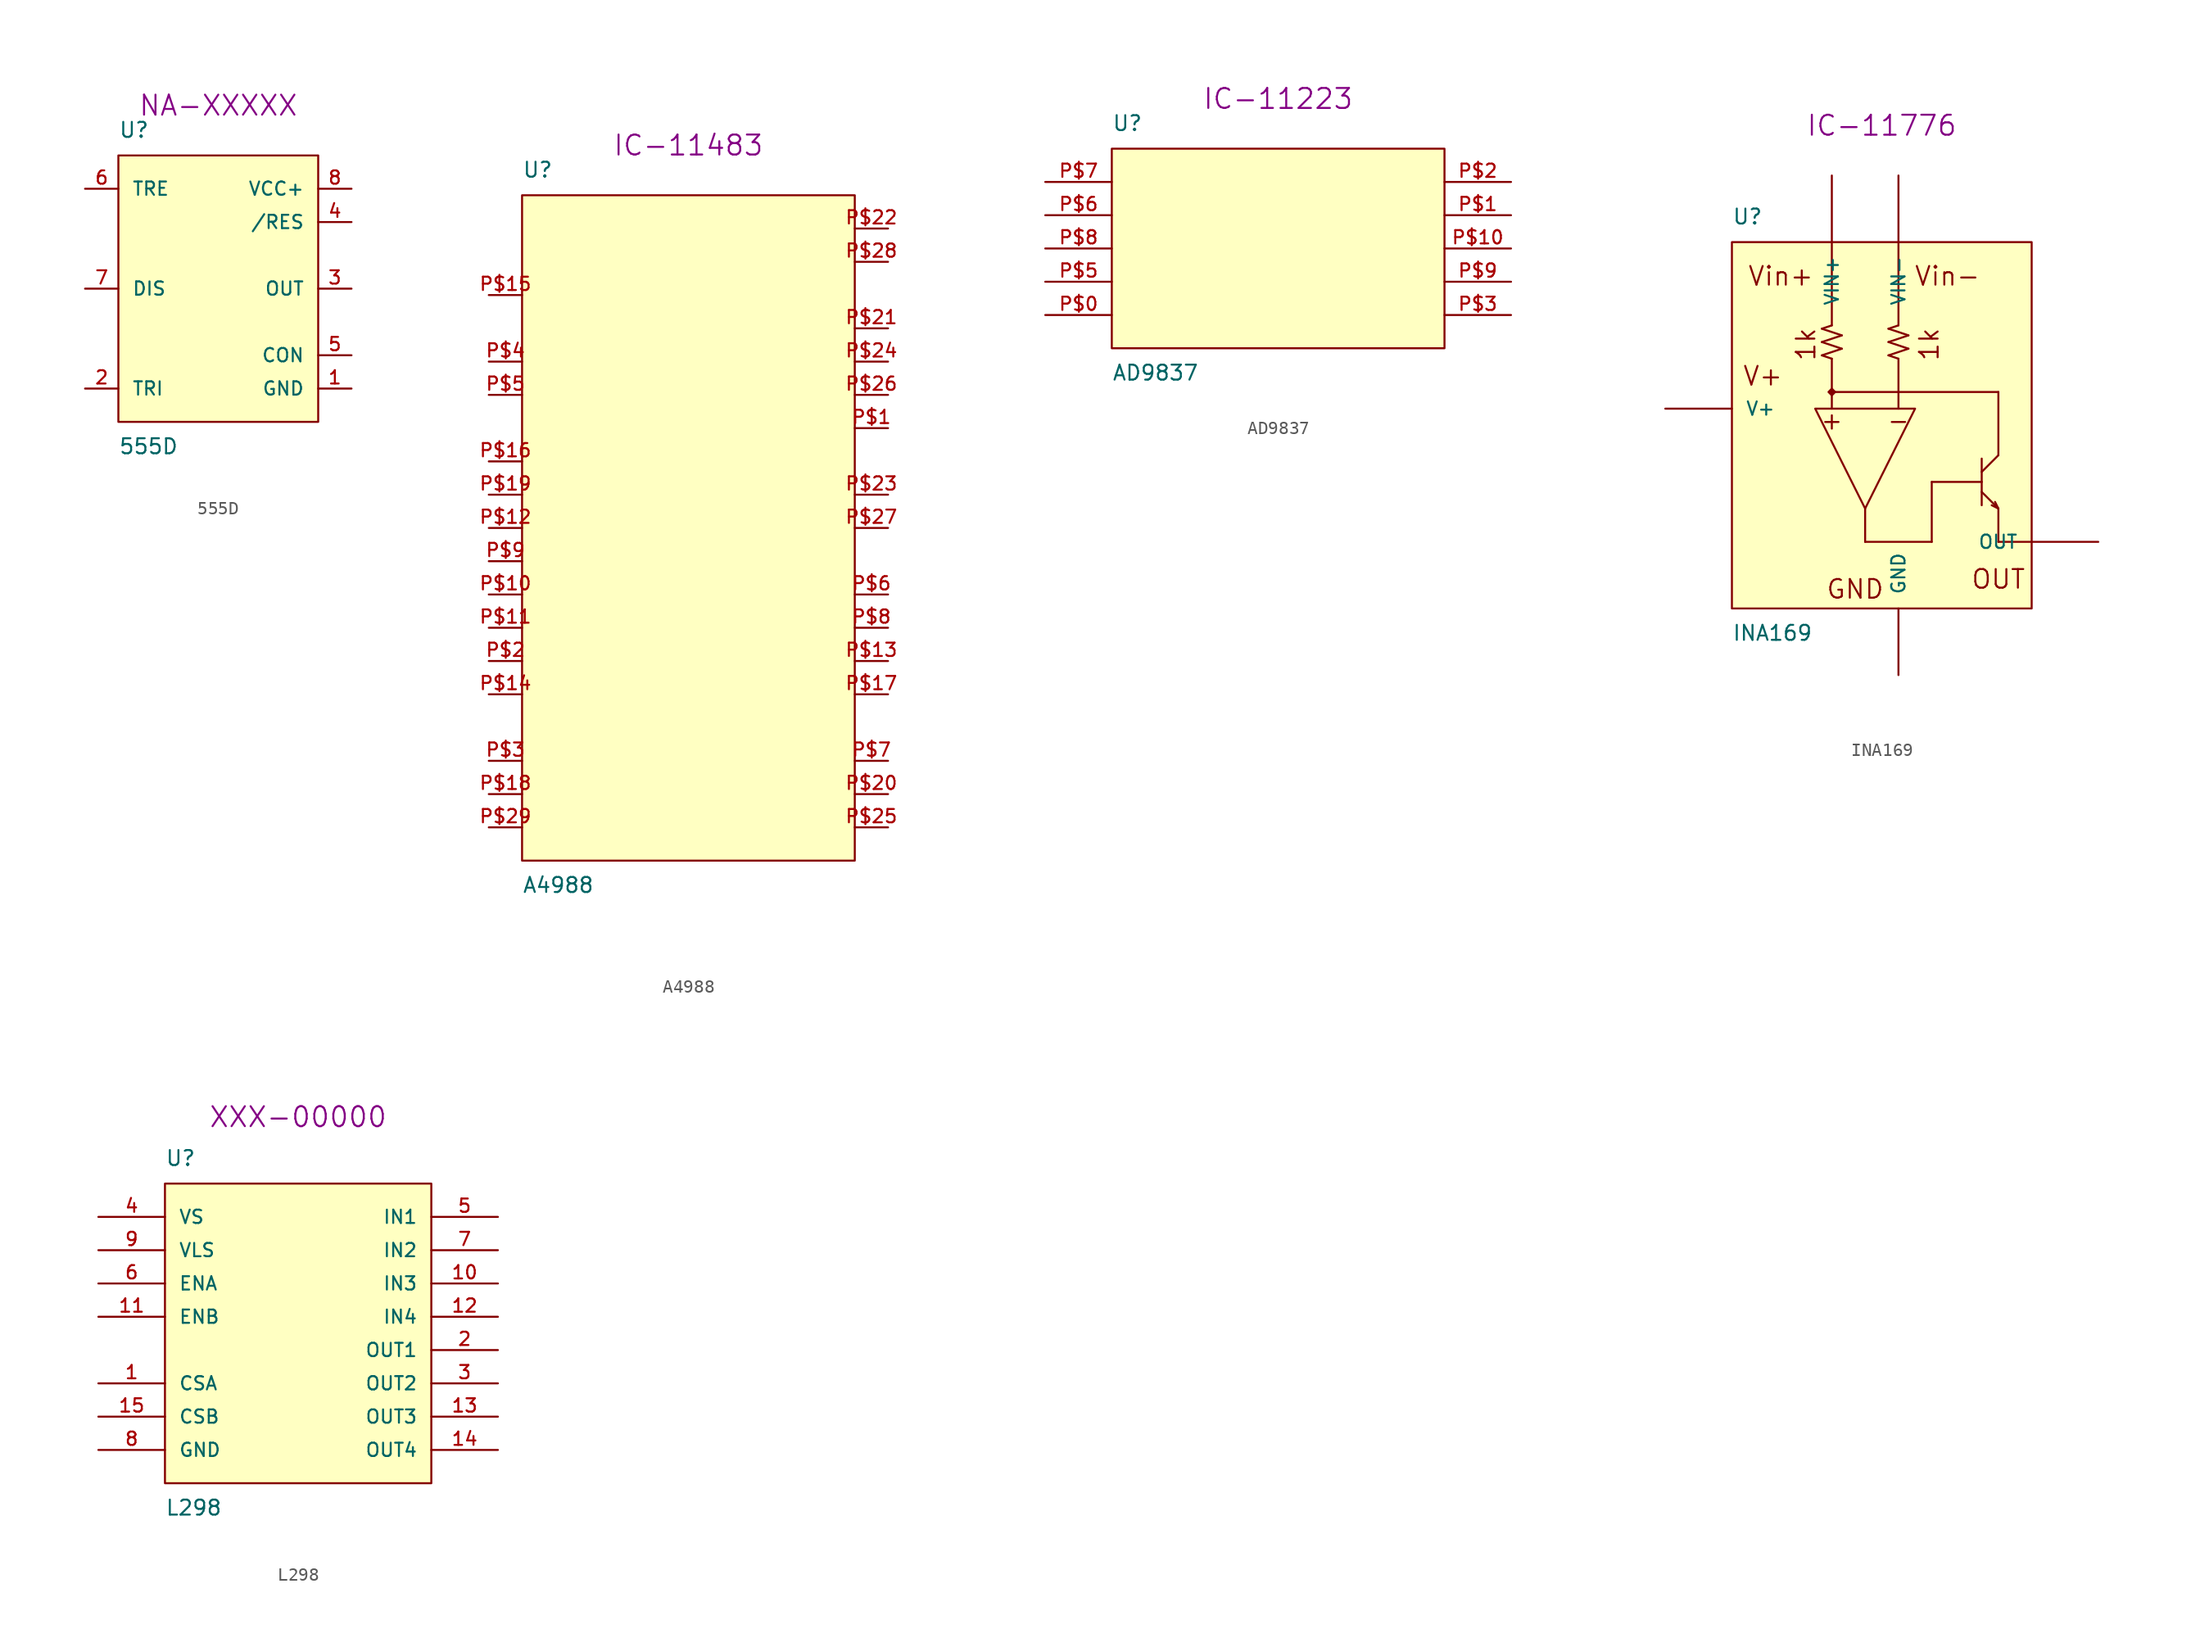
<source format=kicad_sym>
(kicad_symbol_lib
  (version 20220914)
  (generator kicad_symbol_editor)
  (symbol "555D"
    (pin_names
      (offset 1.016))
    (property "Reference" "U"
      (at -7.62 11.43 0)
      (effects (font (size 1.143 1.143)) (justify left bottom)))
    (property "Value" "555D"
      (at -7.62 -12.7 0)
      (effects (font (size 1.143 1.143)) (justify left bottom)))
    (property "Field4" "NA-XXXXX"
      (at 0 13.97 0)
      (effects (font (size 1.524 1.524))))
    (property "ki_locked" ""
      (at 0 0 0)
      (effects (font (size 1.27 1.27))))
    (symbol "555D_1_1"
      (polyline (pts (xy -7.62 10.16) (xy -7.62 -10.16) (xy 7.62 -10.16) (xy 7.62 10.16) (xy -7.62 10.16)) (stroke (width 0) (type solid)) (fill (type background)))
      (pin power_in line (at 10.16 -7.62 180) (length 2.54) (name "GND" (effects (font (size 1.016 1.016)))) (number "1" (effects (font (size 1.016 1.016)))))
      (pin input line (at -10.16 -7.62 0) (length 2.54) (name "TRI" (effects (font (size 1.016 1.016)))) (number "2" (effects (font (size 1.016 1.016)))))
      (pin output line (at 10.16 0 180) (length 2.54) (name "OUT" (effects (font (size 1.016 1.016)))) (number "3" (effects (font (size 1.016 1.016)))))
      (pin input line (at 10.16 5.08 180) (length 2.54) (name "/RES" (effects (font (size 1.016 1.016)))) (number "4" (effects (font (size 1.016 1.016)))))
      (pin input line (at 10.16 -5.08 180) (length 2.54) (name "CON" (effects (font (size 1.016 1.016)))) (number "5" (effects (font (size 1.016 1.016)))))
      (pin input line (at -10.16 7.62 0) (length 2.54) (name "TRE" (effects (font (size 1.016 1.016)))) (number "6" (effects (font (size 1.016 1.016)))))
      (pin input line (at -10.16 0 0) (length 2.54) (name "DIS" (effects (font (size 1.016 1.016)))) (number "7" (effects (font (size 1.016 1.016)))))
      (pin power_in line (at 10.16 7.62 180) (length 2.54) (name "VCC+" (effects (font (size 1.016 1.016)))) (number "8" (effects (font (size 1.016 1.016)))))))
  (symbol "A4988"
    (pin_names
      (offset 1.016) hide)
    (property "Reference" "U"
      (at -12.7 26.67 0)
      (effects (font (size 1.143 1.143)) (justify left bottom)))
    (property "Value" "A4988"
      (at -12.7 -27.94 0)
      (effects (font (size 1.143 1.143)) (justify left bottom)))
    (property "Field4" "IC-11483"
      (at 0 29.21 0)
      (effects (font (size 1.524 1.524))))
    (property "ki_locked" ""
      (at 0 0 0)
      (effects (font (size 1.27 1.27))))
    (symbol "A4988_1_1"
      (polyline (pts (xy -12.7 25.4) (xy -12.7 -25.4) (xy 12.7 -25.4) (xy 12.7 25.4) (xy -12.7 25.4)) (stroke (width 0) (type solid)) (fill (type background)))
      (pin bidirectional line (at 15.24 7.62 180) (length 2.54) (name "OUT2B" (effects (font (size 1.016 1.016)))) (number "P$1" (effects (font (size 1.016 1.016)))))
      (pin input line (at -15.24 -5.08 0) (length 2.54) (name "MS2" (effects (font (size 1.016 1.016)))) (number "P$10" (effects (font (size 1.016 1.016)))))
      (pin input line (at -15.24 -7.62 0) (length 2.54) (name "MS3" (effects (font (size 1.016 1.016)))) (number "P$11" (effects (font (size 1.016 1.016)))))
      (pin input line (at -15.24 0 0) (length 2.54) (name "RESET" (effects (font (size 1.016 1.016)))) (number "P$12" (effects (font (size 1.016 1.016)))))
      (pin bidirectional line (at 15.24 -10.16 180) (length 2.54) (name "ROSC" (effects (font (size 1.016 1.016)))) (number "P$13" (effects (font (size 1.016 1.016)))))
      (pin input line (at -15.24 -12.7 0) (length 2.54) (name "SLEEP" (effects (font (size 1.016 1.016)))) (number "P$14" (effects (font (size 1.016 1.016)))))
      (pin power_in line (at -15.24 17.78 0) (length 2.54) (name "VDD" (effects (font (size 1.016 1.016)))) (number "P$15" (effects (font (size 1.016 1.016)))))
      (pin input line (at -15.24 5.08 0) (length 2.54) (name "STEP" (effects (font (size 1.016 1.016)))) (number "P$16" (effects (font (size 1.016 1.016)))))
      (pin bidirectional line (at 15.24 -12.7 180) (length 2.54) (name "REF" (effects (font (size 1.016 1.016)))) (number "P$17" (effects (font (size 1.016 1.016)))))
      (pin power_in line (at -15.24 -20.32 0) (length 2.54) (name "GND" (effects (font (size 1.016 1.016)))) (number "P$18" (effects (font (size 1.016 1.016)))))
      (pin input line (at -15.24 2.54 0) (length 2.54) (name "DIR" (effects (font (size 1.016 1.016)))) (number "P$19" (effects (font (size 1.016 1.016)))))
      (pin input line (at -15.24 -10.16 0) (length 2.54) (name "ENABLE" (effects (font (size 1.016 1.016)))) (number "P$2" (effects (font (size 1.016 1.016)))))
      (pin unspecified line (at 15.24 -20.32 180) (length 2.54) (name "NC" (effects (font (size 1.016 1.016)))) (number "P$20" (effects (font (size 1.016 1.016)))))
      (pin bidirectional line (at 15.24 15.24 180) (length 2.54) (name "OUT1B" (effects (font (size 1.016 1.016)))) (number "P$21" (effects (font (size 1.016 1.016)))))
      (pin bidirectional line (at 15.24 22.86 180) (length 2.54) (name "VBB1" (effects (font (size 1.016 1.016)))) (number "P$22" (effects (font (size 1.016 1.016)))))
      (pin bidirectional line (at 15.24 2.54 180) (length 2.54) (name "SENSE1" (effects (font (size 1.016 1.016)))) (number "P$23" (effects (font (size 1.016 1.016)))))
      (pin bidirectional line (at 15.24 12.7 180) (length 2.54) (name "OUT1A" (effects (font (size 1.016 1.016)))) (number "P$24" (effects (font (size 1.016 1.016)))))
      (pin unspecified line (at 15.24 -22.86 180) (length 2.54) (name "NC" (effects (font (size 1.016 1.016)))) (number "P$25" (effects (font (size 1.016 1.016)))))
      (pin bidirectional line (at 15.24 10.16 180) (length 2.54) (name "OUT2A" (effects (font (size 1.016 1.016)))) (number "P$26" (effects (font (size 1.016 1.016)))))
      (pin bidirectional line (at 15.24 0 180) (length 2.54) (name "SENSE2" (effects (font (size 1.016 1.016)))) (number "P$27" (effects (font (size 1.016 1.016)))))
      (pin bidirectional line (at 15.24 20.32 180) (length 2.54) (name "VBB2" (effects (font (size 1.016 1.016)))) (number "P$28" (effects (font (size 1.016 1.016)))))
      (pin power_in line (at -15.24 -22.86 0) (length 2.54) (name "GND_PAD" (effects (font (size 1.016 1.016)))) (number "P$29" (effects (font (size 1.016 1.016)))))
      (pin power_in line (at -15.24 -17.78 0) (length 2.54) (name "GND" (effects (font (size 1.016 1.016)))) (number "P$3" (effects (font (size 1.016 1.016)))))
      (pin bidirectional line (at -15.24 12.7 0) (length 2.54) (name "CP1" (effects (font (size 1.016 1.016)))) (number "P$4" (effects (font (size 1.016 1.016)))))
      (pin bidirectional line (at -15.24 10.16 0) (length 2.54) (name "CP2" (effects (font (size 1.016 1.016)))) (number "P$5" (effects (font (size 1.016 1.016)))))
      (pin bidirectional line (at 15.24 -5.08 180) (length 2.54) (name "VCP" (effects (font (size 1.016 1.016)))) (number "P$6" (effects (font (size 1.016 1.016)))))
      (pin unspecified line (at 15.24 -17.78 180) (length 2.54) (name "NC" (effects (font (size 1.016 1.016)))) (number "P$7" (effects (font (size 1.016 1.016)))))
      (pin bidirectional line (at 15.24 -7.62 180) (length 2.54) (name "VREG" (effects (font (size 1.016 1.016)))) (number "P$8" (effects (font (size 1.016 1.016)))))
      (pin input line (at -15.24 -2.54 0) (length 2.54) (name "MS1" (effects (font (size 1.016 1.016)))) (number "P$9" (effects (font (size 1.016 1.016)))))))
  (symbol "AD9837"
    (pin_names
      (offset 1.016) hide)
    (property "Reference" "U"
      (at -12.7 8.89 0)
      (effects (font (size 1.143 1.143)) (justify left bottom)))
    (property "Value" "AD9837"
      (at -12.7 -10.16 0)
      (effects (font (size 1.143 1.143)) (justify left bottom)))
    (property "Field4" "IC-11223"
      (at 0 11.43 0)
      (effects (font (size 1.524 1.524))))
    (property "ki_locked" ""
      (at 0 0 0)
      (effects (font (size 1.27 1.27))))
    (symbol "AD9837_1_1"
      (polyline (pts (xy -12.7 -7.62) (xy 12.7 -7.62) (xy 12.7 7.62) (xy -12.7 7.62) (xy -12.7 -7.62)) (stroke (width 0) (type solid)) (fill (type background)))
      (pin bidirectional line (at -17.78 -5.08 0) (length 5.08) (name "DGND" (effects (font (size 1.016 1.016)))) (number "P$0" (effects (font (size 1.016 1.016)))))
      (pin bidirectional line (at 17.78 2.54 180) (length 5.08) (name "COMP" (effects (font (size 1.016 1.016)))) (number "P$1" (effects (font (size 1.016 1.016)))))
      (pin bidirectional line (at 17.78 0 180) (length 5.08) (name "VOUT" (effects (font (size 1.016 1.016)))) (number "P$10" (effects (font (size 1.016 1.016)))))
      (pin bidirectional line (at 17.78 5.08 180) (length 5.08) (name "VDD" (effects (font (size 1.016 1.016)))) (number "P$2" (effects (font (size 1.016 1.016)))))
      (pin bidirectional line (at 17.78 -5.08 180) (length 5.08) (name "CAP/2.5V" (effects (font (size 1.016 1.016)))) (number "P$3" (effects (font (size 1.016 1.016)))))
      (pin bidirectional line (at -17.78 -5.08 0) (length 5.08) hide (name "DGND" (effects (font (size 1.016 1.016)))) (number "P$4" (effects (font (size 1.016 1.016)))))
      (pin bidirectional line (at -17.78 -2.54 0) (length 5.08) (name "MCLK" (effects (font (size 1.016 1.016)))) (number "P$5" (effects (font (size 1.016 1.016)))))
      (pin bidirectional line (at -17.78 2.54 0) (length 5.08) (name "SDATA" (effects (font (size 1.016 1.016)))) (number "P$6" (effects (font (size 1.016 1.016)))))
      (pin bidirectional line (at -17.78 5.08 0) (length 5.08) (name "SCLK" (effects (font (size 1.016 1.016)))) (number "P$7" (effects (font (size 1.016 1.016)))))
      (pin bidirectional line (at -17.78 0 0) (length 5.08) (name "FSYNC" (effects (font (size 1.016 1.016)))) (number "P$8" (effects (font (size 1.016 1.016)))))
      (pin bidirectional line (at 17.78 -2.54 180) (length 5.08) (name "AGND" (effects (font (size 1.016 1.016)))) (number "P$9" (effects (font (size 1.016 1.016)))))))
  (symbol "INA169"
    (pin_numbers hide)
    (pin_names
      (offset 1.016))
    (property "Reference" "U"
      (at -11.43 16.51 0)
      (effects (font (size 1.143 1.143)) (justify left bottom)))
    (property "Value" "INA169"
      (at -11.43 -15.24 0)
      (effects (font (size 1.143 1.143)) (justify left bottom)))
    (property "Field4" "IC-11776"
      (at 0 24.13 0)
      (effects (font (size 1.524 1.524))))
    (property "ki_locked" ""
      (at 0 0 0)
      (effects (font (size 1.27 1.27))))
    (symbol "INA169_1_0"
      (polyline (pts (xy -4.572 6.604) (xy -3.81 6.35)) (stroke (width 0) (type solid)) (fill (type none)))
      (polyline (pts (xy -4.572 7.62) (xy -3.048 7.112)) (stroke (width 0) (type solid)) (fill (type none)))
      (polyline (pts (xy -4.572 8.636) (xy -3.048 8.128)) (stroke (width 0) (type solid)) (fill (type none)))
      (polyline (pts (xy -3.81 2.032) (xy -3.81 1.016)) (stroke (width 0) (type solid)) (fill (type none)))
      (polyline (pts (xy -3.81 3.81) (xy -3.81 2.54)) (stroke (width 0) (type solid)) (fill (type none)))
      (polyline (pts (xy -3.81 3.81) (xy 8.89 3.81)) (stroke (width 0) (type solid)) (fill (type none)))
      (polyline (pts (xy -3.81 6.35) (xy -3.81 3.81)) (stroke (width 0) (type solid)) (fill (type none)))
      (polyline (pts (xy -3.81 8.89) (xy -4.572 8.636)) (stroke (width 0) (type solid)) (fill (type none)))
      (polyline (pts (xy -3.81 15.24) (xy -3.81 8.89)) (stroke (width 0) (type solid)) (fill (type none)))
      (polyline (pts (xy -3.302 1.524) (xy -4.318 1.524)) (stroke (width 0) (type solid)) (fill (type none)))
      (polyline (pts (xy -3.048 7.112) (xy -4.572 6.604)) (stroke (width 0) (type solid)) (fill (type none)))
      (polyline (pts (xy -3.048 8.128) (xy -4.572 7.62)) (stroke (width 0) (type solid)) (fill (type none)))
      (polyline (pts (xy -1.27 -7.62) (xy 3.81 -7.62)) (stroke (width 0) (type solid)) (fill (type none)))
      (polyline (pts (xy -1.27 -5.08) (xy -1.27 -7.62)) (stroke (width 0) (type solid)) (fill (type none)))
      (polyline (pts (xy 0.508 6.604) (xy 1.27 6.35)) (stroke (width 0) (type solid)) (fill (type none)))
      (polyline (pts (xy 0.508 7.62) (xy 2.032 7.112)) (stroke (width 0) (type solid)) (fill (type none)))
      (polyline (pts (xy 0.508 8.636) (xy 2.032 8.128)) (stroke (width 0) (type solid)) (fill (type none)))
      (polyline (pts (xy 0.762 1.524) (xy 1.778 1.524)) (stroke (width 0) (type solid)) (fill (type none)))
      (polyline (pts (xy 1.27 6.35) (xy 1.27 2.54)) (stroke (width 0) (type solid)) (fill (type none)))
      (polyline (pts (xy 1.27 8.89) (xy 0.508 8.636)) (stroke (width 0) (type solid)) (fill (type none)))
      (polyline (pts (xy 1.27 15.24) (xy 1.27 8.89)) (stroke (width 0) (type solid)) (fill (type none)))
      (polyline (pts (xy 2.032 7.112) (xy 0.508 6.604)) (stroke (width 0) (type solid)) (fill (type none)))
      (polyline (pts (xy 2.032 8.128) (xy 0.508 7.62)) (stroke (width 0) (type solid)) (fill (type none)))
      (polyline (pts (xy 3.81 -7.62) (xy 3.81 -3.048)) (stroke (width 0) (type solid)) (fill (type none)))
      (polyline (pts (xy 3.81 -3.048) (xy 7.62 -3.048)) (stroke (width 0) (type solid)) (fill (type none)))
      (polyline (pts (xy 7.62 -3.81) (xy 7.62 -4.826)) (stroke (width 0) (type solid)) (fill (type none)))
      (polyline (pts (xy 7.62 -3.81) (xy 7.62 -3.048)) (stroke (width 0) (type solid)) (fill (type none)))
      (polyline (pts (xy 7.62 -3.048) (xy 7.62 -2.286)) (stroke (width 0) (type solid)) (fill (type none)))
      (polyline (pts (xy 7.62 -2.286) (xy 7.62 -1.27)) (stroke (width 0) (type solid)) (fill (type none)))
      (polyline (pts (xy 7.62 -2.286) (xy 8.89 -1.016)) (stroke (width 0) (type solid)) (fill (type none)))
      (polyline (pts (xy 8.89 -7.62) (xy 8.89 -5.08)) (stroke (width 0) (type solid)) (fill (type none)))
      (polyline (pts (xy 8.89 -5.08) (xy 7.62 -3.81)) (stroke (width 0) (type solid)) (fill (type none)))
      (polyline (pts (xy 8.89 -5.08) (xy 8.382 -4.826)) (stroke (width 0) (type solid)) (fill (type none)))
      (polyline (pts (xy 8.89 -5.08) (xy 8.636 -4.572)) (stroke (width 0) (type solid)) (fill (type none)))
      (polyline (pts (xy 8.89 -1.016) (xy 8.89 3.81)) (stroke (width 0) (type solid)) (fill (type none)))
      (polyline (pts (xy 11.43 -7.62) (xy 8.89 -7.62)) (stroke (width 0) (type solid)) (fill (type none)))
      (text "1k" (at -5.791 7.442 900) (effects (font (size 1.422 1.422))))
      (text "1k" (at 3.607 7.442 900) (effects (font (size 1.422 1.422))))
      (text "GND" (at -2.032 -11.227 0) (effects (font (size 1.422 1.422))))
      (text "OUT" (at 8.89 -10.465 0) (effects (font (size 1.422 1.422))))
      (text "V+" (at -9.068 5.029 0) (effects (font (size 1.422 1.422))))
      (text "Vin+" (at -7.696 12.649 0) (effects (font (size 1.422 1.422))))
      (text "Vin-" (at 5.004 12.649 0) (effects (font (size 1.422 1.422)))))
    (symbol "INA169_1_1"
      (polyline (pts (xy -5.08 2.54) (xy 2.54 2.54) (xy -1.27 -5.08) (xy -5.08 2.54)) (stroke (width 0) (type solid)) (fill (type background)))
      (polyline (pts (xy -11.43 15.24) (xy -3.81 15.24) (xy 1.27 15.24) (xy 11.43 15.24) (xy 11.43 -12.7) (xy -11.43 -12.7) (xy -11.43 15.24)) (stroke (width 0) (type solid)) (fill (type background)))
      (polyline (pts (xy -4.064 3.81) (xy -3.81 4.064) (xy -3.81 4.064) (xy -3.556 3.81) (xy -3.556 3.81) (xy -3.81 3.556) (xy -3.81 3.556) (xy -4.064 3.81)) (stroke (width 0) (type solid)) (fill (type outline)))
      (pin bidirectional line (at 16.51 -7.62 180) (length 5.08) (name "OUT" (effects (font (size 1.016 1.016)))) (number "1" (effects (font (size 1.016 1.016)))))
      (pin bidirectional line (at 1.27 -17.78 90) (length 5.08) (name "GND" (effects (font (size 1.016 1.016)))) (number "2" (effects (font (size 1.016 1.016)))))
      (pin bidirectional line (at -3.81 20.32 270) (length 5.08) (name "VIN+" (effects (font (size 1.016 1.016)))) (number "3" (effects (font (size 1.016 1.016)))))
      (pin bidirectional line (at 1.27 20.32 270) (length 5.08) (name "VIN-" (effects (font (size 1.016 1.016)))) (number "4" (effects (font (size 1.016 1.016)))))
      (pin bidirectional line (at -16.51 2.54 0) (length 5.08) (name "V+" (effects (font (size 1.016 1.016)))) (number "5" (effects (font (size 1.016 1.016)))))))
  (symbol "L298"
    (pin_names
      (offset 1.016))
    (property "Reference" "U"
      (at -10.16 11.43 0)
      (effects (font (size 1.143 1.143)) (justify left bottom)))
    (property "Value" "L298"
      (at -10.16 -15.24 0)
      (effects (font (size 1.143 1.143)) (justify left bottom)))
    (property "Field4" "XXX-00000"
      (at 0 15.24 0)
      (effects (font (size 1.524 1.524))))
    (property "ki_locked" ""
      (at 0 0 0)
      (effects (font (size 1.27 1.27))))
    (symbol "L298_1_1"
      (polyline (pts (xy -10.16 -12.7) (xy -10.16 10.16) (xy 10.16 10.16) (xy 10.16 -12.7) (xy -10.16 -12.7)) (stroke (width 0) (type solid)) (fill (type background)))
      (pin bidirectional line (at -15.24 -5.08 0) (length 5.08) (name "CSA" (effects (font (size 1.016 1.016)))) (number "1" (effects (font (size 1.016 1.016)))))
      (pin bidirectional line (at 15.24 2.54 180) (length 5.08) (name "IN3" (effects (font (size 1.016 1.016)))) (number "10" (effects (font (size 1.016 1.016)))))
      (pin bidirectional line (at -15.24 0 0) (length 5.08) (name "ENB" (effects (font (size 1.016 1.016)))) (number "11" (effects (font (size 1.016 1.016)))))
      (pin bidirectional line (at 15.24 0 180) (length 5.08) (name "IN4" (effects (font (size 1.016 1.016)))) (number "12" (effects (font (size 1.016 1.016)))))
      (pin bidirectional line (at 15.24 -7.62 180) (length 5.08) (name "OUT3" (effects (font (size 1.016 1.016)))) (number "13" (effects (font (size 1.016 1.016)))))
      (pin bidirectional line (at 15.24 -10.16 180) (length 5.08) (name "OUT4" (effects (font (size 1.016 1.016)))) (number "14" (effects (font (size 1.016 1.016)))))
      (pin bidirectional line (at -15.24 -7.62 0) (length 5.08) (name "CSB" (effects (font (size 1.016 1.016)))) (number "15" (effects (font (size 1.016 1.016)))))
      (pin bidirectional line (at 15.24 -2.54 180) (length 5.08) (name "OUT1" (effects (font (size 1.016 1.016)))) (number "2" (effects (font (size 1.016 1.016)))))
      (pin bidirectional line (at 15.24 -5.08 180) (length 5.08) (name "OUT2" (effects (font (size 1.016 1.016)))) (number "3" (effects (font (size 1.016 1.016)))))
      (pin bidirectional line (at -15.24 7.62 0) (length 5.08) (name "VS" (effects (font (size 1.016 1.016)))) (number "4" (effects (font (size 1.016 1.016)))))
      (pin bidirectional line (at 15.24 7.62 180) (length 5.08) (name "IN1" (effects (font (size 1.016 1.016)))) (number "5" (effects (font (size 1.016 1.016)))))
      (pin bidirectional line (at -15.24 2.54 0) (length 5.08) (name "ENA" (effects (font (size 1.016 1.016)))) (number "6" (effects (font (size 1.016 1.016)))))
      (pin bidirectional line (at 15.24 5.08 180) (length 5.08) (name "IN2" (effects (font (size 1.016 1.016)))) (number "7" (effects (font (size 1.016 1.016)))))
      (pin bidirectional line (at -15.24 -10.16 0) (length 5.08) (name "GND" (effects (font (size 1.016 1.016)))) (number "8" (effects (font (size 1.016 1.016)))))
      (pin bidirectional line (at -15.24 5.08 0) (length 5.08) (name "VLS" (effects (font (size 1.016 1.016)))) (number "9" (effects (font (size 1.016 1.016))))))))
</source>
